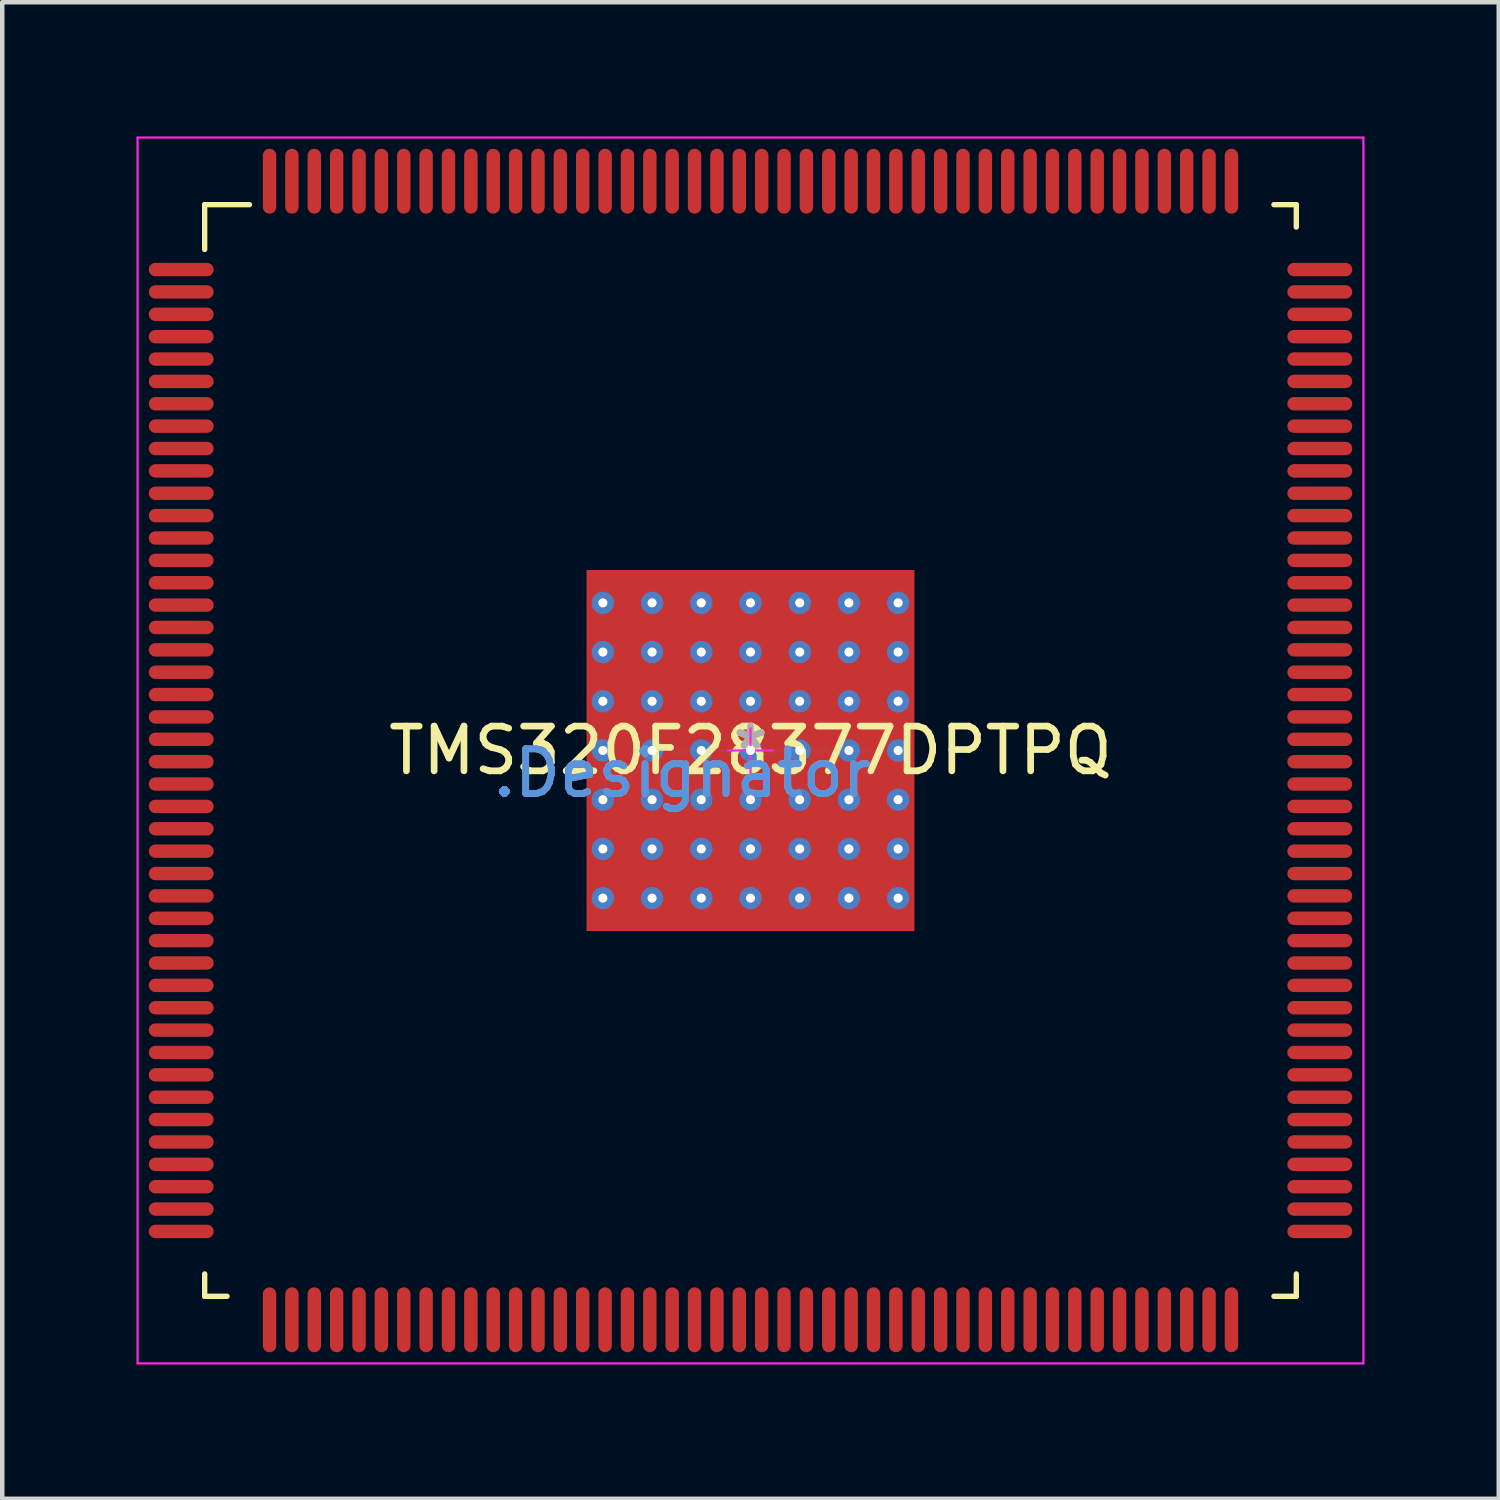
<source format=kicad_pcb>
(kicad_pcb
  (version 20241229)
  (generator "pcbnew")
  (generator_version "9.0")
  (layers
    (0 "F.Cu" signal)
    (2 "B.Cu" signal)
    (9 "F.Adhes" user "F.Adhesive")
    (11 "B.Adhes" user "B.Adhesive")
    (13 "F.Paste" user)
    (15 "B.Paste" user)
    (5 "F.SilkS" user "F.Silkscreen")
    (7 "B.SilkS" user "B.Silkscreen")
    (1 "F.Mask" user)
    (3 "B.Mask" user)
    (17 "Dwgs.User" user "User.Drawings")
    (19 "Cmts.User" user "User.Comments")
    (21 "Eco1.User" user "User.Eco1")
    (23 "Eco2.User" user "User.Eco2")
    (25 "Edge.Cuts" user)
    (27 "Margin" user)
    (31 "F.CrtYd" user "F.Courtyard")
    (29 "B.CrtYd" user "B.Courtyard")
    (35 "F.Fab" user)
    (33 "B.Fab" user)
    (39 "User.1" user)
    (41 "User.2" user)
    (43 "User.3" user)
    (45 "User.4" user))
  (footprint "TMS320F28377DPTPQ"
    (layer "F.Cu")
    (at 13.725 13.725)
    (property "Reference" "TMS320F28377DPTPQ" (at 0 0 0) (layer "F.SilkS") (effects (font (size 1 1) (thickness 0.15))))
    (attr through_hole)
    (fp_line (start -12.2 -12.2) (end -11.2 -12.2) (stroke (width 0.12) (type solid)) (layer "F.SilkS"))
    (fp_line (start -12.2 -11.2) (end -12.2 -12.2) (stroke (width 0.12) (type solid)) (layer "F.SilkS"))
    (fp_line (start -12.2 12.2) (end -12.2 11.7) (stroke (width 0.12) (type solid)) (layer "F.SilkS"))
    (fp_line (start -12.2 12.2) (end -11.7 12.2) (stroke (width 0.12) (type solid)) (layer "F.SilkS"))
    (fp_line (start 11.7 -12.2) (end 12.2 -12.2) (stroke (width 0.12) (type solid)) (layer "F.SilkS"))
    (fp_line (start 11.7 12.2) (end 12.2 12.2) (stroke (width 0.12) (type solid)) (layer "F.SilkS"))
    (fp_line (start 12.2 -11.7) (end 12.2 -12.2) (stroke (width 0.12) (type solid)) (layer "F.SilkS"))
    (fp_line (start 12.2 12.2) (end 12.2 11.7) (stroke (width 0.12) (type solid)) (layer "F.SilkS"))
    (fp_line (start -13.7 -13.7) (end 13.7 -13.7) (stroke (width 0.05) (type solid)) (layer "F.CrtYd"))
    (fp_line (start -13.7 13.7) (end -13.7 -13.7) (stroke (width 0.05) (type solid)) (layer "F.CrtYd"))
    (fp_line (start -13.7 13.7) (end 13.7 13.7) (stroke (width 0.05) (type solid)) (layer "F.CrtYd"))
    (fp_line (start -0.5 0) (end 0.5 0) (stroke (width 0.05) (type solid)) (layer "F.CrtYd"))
    (fp_line (start 0 0.5) (end 0 -0.5) (stroke (width 0.05) (type solid)) (layer "F.CrtYd"))
    (fp_line (start 13.7 13.7) (end 13.7 -13.7) (stroke (width 0.05) (type solid)) (layer "F.CrtYd"))
    (fp_text user "*" (at 0 0 0) (layer "F.SilkS") (effects (font (size 1 1) (thickness 0.15))))
    (fp_text user "Copyright 2021 Accelerated Designs. All rights reserved." (at 0 0 0) (layer "Cmts.User") (effects (font (size 0.127 0.127) (thickness 0.002))))
    (fp_text user ".Designator" (at -1.524 0.508 0) (layer "Cmts.User") (effects (font (size 1 1) (thickness 0.15))))
    (fp_text user ".Designator" (at -1.524 0.508 0) (layer "F.Fab") (effects (font (size 1 1) (thickness 0.15))))
    (fp_text user "*" (at 0 0 0) (layer "F.Fab") (effects (font (size 1 1) (thickness 0.15))))
    (pad "1" smd oval (at -12.725 -10.75 90) (size 0.3 1.45) (layers "F.Cu" "F.Mask" "F.Paste"))
    (pad "2" smd oval (at -12.725 -10.25 90) (size 0.3 1.45) (layers "F.Cu" "F.Mask" "F.Paste"))
    (pad "3" smd oval (at -12.725 -9.75 90) (size 0.3 1.45) (layers "F.Cu" "F.Mask" "F.Paste"))
    (pad "4" smd oval (at -12.725 -9.25 90) (size 0.3 1.45) (layers "F.Cu" "F.Mask" "F.Paste"))
    (pad "5" smd oval (at -12.725 -8.75 90) (size 0.3 1.45) (layers "F.Cu" "F.Mask" "F.Paste"))
    (pad "6" smd oval (at -12.725 -8.25 90) (size 0.3 1.45) (layers "F.Cu" "F.Mask" "F.Paste"))
    (pad "7" smd oval (at -12.725 -7.75 90) (size 0.3 1.45) (layers "F.Cu" "F.Mask" "F.Paste"))
    (pad "8" smd oval (at -12.725 -7.25 90) (size 0.3 1.45) (layers "F.Cu" "F.Mask" "F.Paste"))
    (pad "9" smd oval (at -12.725 -6.75 90) (size 0.3 1.45) (layers "F.Cu" "F.Mask" "F.Paste"))
    (pad "10" smd oval (at -12.725 -6.25 90) (size 0.3 1.45) (layers "F.Cu" "F.Mask" "F.Paste"))
    (pad "11" smd oval (at -12.725 -5.75 90) (size 0.3 1.45) (layers "F.Cu" "F.Mask" "F.Paste"))
    (pad "12" smd oval (at -12.725 -5.25 90) (size 0.3 1.45) (layers "F.Cu" "F.Mask" "F.Paste"))
    (pad "13" smd oval (at -12.725 -4.75 90) (size 0.3 1.45) (layers "F.Cu" "F.Mask" "F.Paste"))
    (pad "14" smd oval (at -12.725 -4.25 90) (size 0.3 1.45) (layers "F.Cu" "F.Mask" "F.Paste"))
    (pad "15" smd oval (at -12.725 -3.75 90) (size 0.3 1.45) (layers "F.Cu" "F.Mask" "F.Paste"))
    (pad "16" smd oval (at -12.725 -3.25 90) (size 0.3 1.45) (layers "F.Cu" "F.Mask" "F.Paste"))
    (pad "17" smd oval (at -12.725 -2.75 90) (size 0.3 1.45) (layers "F.Cu" "F.Mask" "F.Paste"))
    (pad "18" smd oval (at -12.725 -2.25 90) (size 0.3 1.45) (layers "F.Cu" "F.Mask" "F.Paste"))
    (pad "19" smd oval (at -12.725 -1.75 90) (size 0.3 1.45) (layers "F.Cu" "F.Mask" "F.Paste"))
    (pad "20" smd oval (at -12.725 -1.25 90) (size 0.3 1.45) (layers "F.Cu" "F.Mask" "F.Paste"))
    (pad "21" smd oval (at -12.725 -0.75 90) (size 0.3 1.45) (layers "F.Cu" "F.Mask" "F.Paste"))
    (pad "22" smd oval (at -12.725 -0.25 90) (size 0.3 1.45) (layers "F.Cu" "F.Mask" "F.Paste"))
    (pad "23" smd oval (at -12.725 0.25 90) (size 0.3 1.45) (layers "F.Cu" "F.Mask" "F.Paste"))
    (pad "24" smd oval (at -12.725 0.75 90) (size 0.3 1.45) (layers "F.Cu" "F.Mask" "F.Paste"))
    (pad "25" smd oval (at -12.725 1.25 90) (size 0.3 1.45) (layers "F.Cu" "F.Mask" "F.Paste"))
    (pad "26" smd oval (at -12.725 1.75 90) (size 0.3 1.45) (layers "F.Cu" "F.Mask" "F.Paste"))
    (pad "27" smd oval (at -12.725 2.25 90) (size 0.3 1.45) (layers "F.Cu" "F.Mask" "F.Paste"))
    (pad "28" smd oval (at -12.725 2.75 90) (size 0.3 1.45) (layers "F.Cu" "F.Mask" "F.Paste"))
    (pad "29" smd oval (at -12.725 3.25 90) (size 0.3 1.45) (layers "F.Cu" "F.Mask" "F.Paste"))
    (pad "30" smd oval (at -12.725 3.75 90) (size 0.3 1.45) (layers "F.Cu" "F.Mask" "F.Paste"))
    (pad "31" smd oval (at -12.725 4.25 90) (size 0.3 1.45) (layers "F.Cu" "F.Mask" "F.Paste"))
    (pad "32" smd oval (at -12.725 4.75 90) (size 0.3 1.45) (layers "F.Cu" "F.Mask" "F.Paste"))
    (pad "33" smd oval (at -12.725 5.25 90) (size 0.3 1.45) (layers "F.Cu" "F.Mask" "F.Paste"))
    (pad "34" smd oval (at -12.725 5.75 90) (size 0.3 1.45) (layers "F.Cu" "F.Mask" "F.Paste"))
    (pad "35" smd oval (at -12.725 6.25 90) (size 0.3 1.45) (layers "F.Cu" "F.Mask" "F.Paste"))
    (pad "36" smd oval (at -12.725 6.75 90) (size 0.3 1.45) (layers "F.Cu" "F.Mask" "F.Paste"))
    (pad "37" smd oval (at -12.725 7.25 90) (size 0.3 1.45) (layers "F.Cu" "F.Mask" "F.Paste"))
    (pad "38" smd oval (at -12.725 7.75 90) (size 0.3 1.45) (layers "F.Cu" "F.Mask" "F.Paste"))
    (pad "39" smd oval (at -12.725 8.25 90) (size 0.3 1.45) (layers "F.Cu" "F.Mask" "F.Paste"))
    (pad "40" smd oval (at -12.725 8.75 90) (size 0.3 1.45) (layers "F.Cu" "F.Mask" "F.Paste"))
    (pad "41" smd oval (at -12.725 9.25 90) (size 0.3 1.45) (layers "F.Cu" "F.Mask" "F.Paste"))
    (pad "42" smd oval (at -12.725 9.75 90) (size 0.3 1.45) (layers "F.Cu" "F.Mask" "F.Paste"))
    (pad "43" smd oval (at -12.725 10.25 90) (size 0.3 1.45) (layers "F.Cu" "F.Mask" "F.Paste"))
    (pad "44" smd oval (at -12.725 10.75 90) (size 0.3 1.45) (layers "F.Cu" "F.Mask" "F.Paste"))
    (pad "45" smd oval (at -10.75 12.725) (size 0.3 1.45) (layers "F.Cu" "F.Mask" "F.Paste"))
    (pad "46" smd oval (at -10.25 12.725) (size 0.3 1.45) (layers "F.Cu" "F.Mask" "F.Paste"))
    (pad "47" smd oval (at -9.75 12.725) (size 0.3 1.45) (layers "F.Cu" "F.Mask" "F.Paste"))
    (pad "48" smd oval (at -9.25 12.725) (size 0.3 1.45) (layers "F.Cu" "F.Mask" "F.Paste"))
    (pad "49" smd oval (at -8.75 12.725) (size 0.3 1.45) (layers "F.Cu" "F.Mask" "F.Paste"))
    (pad "50" smd oval (at -8.25 12.725) (size 0.3 1.45) (layers "F.Cu" "F.Mask" "F.Paste"))
    (pad "51" smd oval (at -7.75 12.725) (size 0.3 1.45) (layers "F.Cu" "F.Mask" "F.Paste"))
    (pad "52" smd oval (at -7.25 12.725) (size 0.3 1.45) (layers "F.Cu" "F.Mask" "F.Paste"))
    (pad "53" smd oval (at -6.75 12.725) (size 0.3 1.45) (layers "F.Cu" "F.Mask" "F.Paste"))
    (pad "54" smd oval (at -6.25 12.725) (size 0.3 1.45) (layers "F.Cu" "F.Mask" "F.Paste"))
    (pad "55" smd oval (at -5.75 12.725) (size 0.3 1.45) (layers "F.Cu" "F.Mask" "F.Paste"))
    (pad "56" smd oval (at -5.25 12.725) (size 0.3 1.45) (layers "F.Cu" "F.Mask" "F.Paste"))
    (pad "57" smd oval (at -4.75 12.725) (size 0.3 1.45) (layers "F.Cu" "F.Mask" "F.Paste"))
    (pad "58" smd oval (at -4.25 12.725) (size 0.3 1.45) (layers "F.Cu" "F.Mask" "F.Paste"))
    (pad "59" smd oval (at -3.75 12.725) (size 0.3 1.45) (layers "F.Cu" "F.Mask" "F.Paste"))
    (pad "60" smd oval (at -3.25 12.725) (size 0.3 1.45) (layers "F.Cu" "F.Mask" "F.Paste"))
    (pad "61" smd oval (at -2.75 12.725) (size 0.3 1.45) (layers "F.Cu" "F.Mask" "F.Paste"))
    (pad "62" smd oval (at -2.25 12.725) (size 0.3 1.45) (layers "F.Cu" "F.Mask" "F.Paste"))
    (pad "63" smd oval (at -1.75 12.725) (size 0.3 1.45) (layers "F.Cu" "F.Mask" "F.Paste"))
    (pad "64" smd oval (at -1.25 12.725) (size 0.3 1.45) (layers "F.Cu" "F.Mask" "F.Paste"))
    (pad "65" smd oval (at -0.75 12.725) (size 0.3 1.45) (layers "F.Cu" "F.Mask" "F.Paste"))
    (pad "66" smd oval (at -0.25 12.725) (size 0.3 1.45) (layers "F.Cu" "F.Mask" "F.Paste"))
    (pad "67" smd oval (at 0.25 12.725) (size 0.3 1.45) (layers "F.Cu" "F.Mask" "F.Paste"))
    (pad "68" smd oval (at 0.75 12.725) (size 0.3 1.45) (layers "F.Cu" "F.Mask" "F.Paste"))
    (pad "69" smd oval (at 1.25 12.725) (size 0.3 1.45) (layers "F.Cu" "F.Mask" "F.Paste"))
    (pad "70" smd oval (at 1.75 12.725) (size 0.3 1.45) (layers "F.Cu" "F.Mask" "F.Paste"))
    (pad "71" smd oval (at 2.25 12.725) (size 0.3 1.45) (layers "F.Cu" "F.Mask" "F.Paste"))
    (pad "72" smd oval (at 2.75 12.725) (size 0.3 1.45) (layers "F.Cu" "F.Mask" "F.Paste"))
    (pad "73" smd oval (at 3.25 12.725) (size 0.3 1.45) (layers "F.Cu" "F.Mask" "F.Paste"))
    (pad "74" smd oval (at 3.75 12.725) (size 0.3 1.45) (layers "F.Cu" "F.Mask" "F.Paste"))
    (pad "75" smd oval (at 4.25 12.725) (size 0.3 1.45) (layers "F.Cu" "F.Mask" "F.Paste"))
    (pad "76" smd oval (at 4.75 12.725) (size 0.3 1.45) (layers "F.Cu" "F.Mask" "F.Paste"))
    (pad "77" smd oval (at 5.25 12.725) (size 0.3 1.45) (layers "F.Cu" "F.Mask" "F.Paste"))
    (pad "78" smd oval (at 5.75 12.725) (size 0.3 1.45) (layers "F.Cu" "F.Mask" "F.Paste"))
    (pad "79" smd oval (at 6.25 12.725) (size 0.3 1.45) (layers "F.Cu" "F.Mask" "F.Paste"))
    (pad "80" smd oval (at 6.75 12.725) (size 0.3 1.45) (layers "F.Cu" "F.Mask" "F.Paste"))
    (pad "81" smd oval (at 7.25 12.725) (size 0.3 1.45) (layers "F.Cu" "F.Mask" "F.Paste"))
    (pad "82" smd oval (at 7.75 12.725) (size 0.3 1.45) (layers "F.Cu" "F.Mask" "F.Paste"))
    (pad "83" smd oval (at 8.25 12.725) (size 0.3 1.45) (layers "F.Cu" "F.Mask" "F.Paste"))
    (pad "84" smd oval (at 8.75 12.725) (size 0.3 1.45) (layers "F.Cu" "F.Mask" "F.Paste"))
    (pad "85" smd oval (at 9.25 12.725) (size 0.3 1.45) (layers "F.Cu" "F.Mask" "F.Paste"))
    (pad "86" smd oval (at 9.75 12.725) (size 0.3 1.45) (layers "F.Cu" "F.Mask" "F.Paste"))
    (pad "87" smd oval (at 10.25 12.725) (size 0.3 1.45) (layers "F.Cu" "F.Mask" "F.Paste"))
    (pad "88" smd oval (at 10.75 12.725) (size 0.3 1.45) (layers "F.Cu" "F.Mask" "F.Paste"))
    (pad "89" smd oval (at 12.725 10.75 90) (size 0.3 1.45) (layers "F.Cu" "F.Mask" "F.Paste"))
    (pad "90" smd oval (at 12.725 10.25 90) (size 0.3 1.45) (layers "F.Cu" "F.Mask" "F.Paste"))
    (pad "91" smd oval (at 12.725 9.75 90) (size 0.3 1.45) (layers "F.Cu" "F.Mask" "F.Paste"))
    (pad "92" smd oval (at 12.725 9.25 90) (size 0.3 1.45) (layers "F.Cu" "F.Mask" "F.Paste"))
    (pad "93" smd oval (at 12.725 8.75 90) (size 0.3 1.45) (layers "F.Cu" "F.Mask" "F.Paste"))
    (pad "94" smd oval (at 12.725 8.25 90) (size 0.3 1.45) (layers "F.Cu" "F.Mask" "F.Paste"))
    (pad "95" smd oval (at 12.725 7.75 90) (size 0.3 1.45) (layers "F.Cu" "F.Mask" "F.Paste"))
    (pad "96" smd oval (at 12.725 7.25 90) (size 0.3 1.45) (layers "F.Cu" "F.Mask" "F.Paste"))
    (pad "97" smd oval (at 12.725 6.75 90) (size 0.3 1.45) (layers "F.Cu" "F.Mask" "F.Paste"))
    (pad "98" smd oval (at 12.725 6.25 90) (size 0.3 1.45) (layers "F.Cu" "F.Mask" "F.Paste"))
    (pad "99" smd oval (at 12.725 5.75 90) (size 0.3 1.45) (layers "F.Cu" "F.Mask" "F.Paste"))
    (pad "100" smd oval (at 12.725 5.25 90) (size 0.3 1.45) (layers "F.Cu" "F.Mask" "F.Paste"))
    (pad "101" smd oval (at 12.725 4.75 90) (size 0.3 1.45) (layers "F.Cu" "F.Mask" "F.Paste"))
    (pad "102" smd oval (at 12.725 4.25 90) (size 0.3 1.45) (layers "F.Cu" "F.Mask" "F.Paste"))
    (pad "103" smd oval (at 12.725 3.75 90) (size 0.3 1.45) (layers "F.Cu" "F.Mask" "F.Paste"))
    (pad "104" smd oval (at 12.725 3.25 90) (size 0.3 1.45) (layers "F.Cu" "F.Mask" "F.Paste"))
    (pad "105" smd oval (at 12.725 2.75 90) (size 0.3 1.45) (layers "F.Cu" "F.Mask" "F.Paste"))
    (pad "106" smd oval (at 12.725 2.25 90) (size 0.3 1.45) (layers "F.Cu" "F.Mask" "F.Paste"))
    (pad "107" smd oval (at 12.725 1.75 90) (size 0.3 1.45) (layers "F.Cu" "F.Mask" "F.Paste"))
    (pad "108" smd oval (at 12.725 1.25 90) (size 0.3 1.45) (layers "F.Cu" "F.Mask" "F.Paste"))
    (pad "109" smd oval (at 12.725 0.75 90) (size 0.3 1.45) (layers "F.Cu" "F.Mask" "F.Paste"))
    (pad "110" smd oval (at 12.725 0.25 90) (size 0.3 1.45) (layers "F.Cu" "F.Mask" "F.Paste"))
    (pad "111" smd oval (at 12.725 -0.25 90) (size 0.3 1.45) (layers "F.Cu" "F.Mask" "F.Paste"))
    (pad "112" smd oval (at 12.725 -0.75 90) (size 0.3 1.45) (layers "F.Cu" "F.Mask" "F.Paste"))
    (pad "113" smd oval (at 12.725 -1.25 90) (size 0.3 1.45) (layers "F.Cu" "F.Mask" "F.Paste"))
    (pad "114" smd oval (at 12.725 -1.75 90) (size 0.3 1.45) (layers "F.Cu" "F.Mask" "F.Paste"))
    (pad "115" smd oval (at 12.725 -2.25 90) (size 0.3 1.45) (layers "F.Cu" "F.Mask" "F.Paste"))
    (pad "116" smd oval (at 12.725 -2.75 90) (size 0.3 1.45) (layers "F.Cu" "F.Mask" "F.Paste"))
    (pad "117" smd oval (at 12.725 -3.25 90) (size 0.3 1.45) (layers "F.Cu" "F.Mask" "F.Paste"))
    (pad "118" smd oval (at 12.725 -3.75 90) (size 0.3 1.45) (layers "F.Cu" "F.Mask" "F.Paste"))
    (pad "119" smd oval (at 12.725 -4.25 90) (size 0.3 1.45) (layers "F.Cu" "F.Mask" "F.Paste"))
    (pad "120" smd oval (at 12.725 -4.75 90) (size 0.3 1.45) (layers "F.Cu" "F.Mask" "F.Paste"))
    (pad "121" smd oval (at 12.725 -5.25 90) (size 0.3 1.45) (layers "F.Cu" "F.Mask" "F.Paste"))
    (pad "122" smd oval (at 12.725 -5.75 90) (size 0.3 1.45) (layers "F.Cu" "F.Mask" "F.Paste"))
    (pad "123" smd oval (at 12.725 -6.25 90) (size 0.3 1.45) (layers "F.Cu" "F.Mask" "F.Paste"))
    (pad "124" smd oval (at 12.725 -6.75 90) (size 0.3 1.45) (layers "F.Cu" "F.Mask" "F.Paste"))
    (pad "125" smd oval (at 12.725 -7.25 90) (size 0.3 1.45) (layers "F.Cu" "F.Mask" "F.Paste"))
    (pad "126" smd oval (at 12.725 -7.75 90) (size 0.3 1.45) (layers "F.Cu" "F.Mask" "F.Paste"))
    (pad "127" smd oval (at 12.725 -8.25 90) (size 0.3 1.45) (layers "F.Cu" "F.Mask" "F.Paste"))
    (pad "128" smd oval (at 12.725 -8.75 90) (size 0.3 1.45) (layers "F.Cu" "F.Mask" "F.Paste"))
    (pad "129" smd oval (at 12.725 -9.25 90) (size 0.3 1.45) (layers "F.Cu" "F.Mask" "F.Paste"))
    (pad "130" smd oval (at 12.725 -9.75 90) (size 0.3 1.45) (layers "F.Cu" "F.Mask" "F.Paste"))
    (pad "131" smd oval (at 12.725 -10.25 90) (size 0.3 1.45) (layers "F.Cu" "F.Mask" "F.Paste"))
    (pad "132" smd oval (at 12.725 -10.75 90) (size 0.3 1.45) (layers "F.Cu" "F.Mask" "F.Paste"))
    (pad "133" smd oval (at 10.75 -12.725) (size 0.3 1.45) (layers "F.Cu" "F.Mask" "F.Paste"))
    (pad "134" smd oval (at 10.25 -12.725) (size 0.3 1.45) (layers "F.Cu" "F.Mask" "F.Paste"))
    (pad "135" smd oval (at 9.75 -12.725) (size 0.3 1.45) (layers "F.Cu" "F.Mask" "F.Paste"))
    (pad "136" smd oval (at 9.25 -12.725) (size 0.3 1.45) (layers "F.Cu" "F.Mask" "F.Paste"))
    (pad "137" smd oval (at 8.75 -12.725) (size 0.3 1.45) (layers "F.Cu" "F.Mask" "F.Paste"))
    (pad "138" smd oval (at 8.25 -12.725) (size 0.3 1.45) (layers "F.Cu" "F.Mask" "F.Paste"))
    (pad "139" smd oval (at 7.75 -12.725) (size 0.3 1.45) (layers "F.Cu" "F.Mask" "F.Paste"))
    (pad "140" smd oval (at 7.25 -12.725) (size 0.3 1.45) (layers "F.Cu" "F.Mask" "F.Paste"))
    (pad "141" smd oval (at 6.75 -12.725) (size 0.3 1.45) (layers "F.Cu" "F.Mask" "F.Paste"))
    (pad "142" smd oval (at 6.25 -12.725) (size 0.3 1.45) (layers "F.Cu" "F.Mask" "F.Paste"))
    (pad "143" smd oval (at 5.75 -12.725) (size 0.3 1.45) (layers "F.Cu" "F.Mask" "F.Paste"))
    (pad "144" smd oval (at 5.25 -12.725) (size 0.3 1.45) (layers "F.Cu" "F.Mask" "F.Paste"))
    (pad "145" smd oval (at 4.75 -12.725) (size 0.3 1.45) (layers "F.Cu" "F.Mask" "F.Paste"))
    (pad "146" smd oval (at 4.25 -12.725) (size 0.3 1.45) (layers "F.Cu" "F.Mask" "F.Paste"))
    (pad "147" smd oval (at 3.75 -12.725) (size 0.3 1.45) (layers "F.Cu" "F.Mask" "F.Paste"))
    (pad "148" smd oval (at 3.25 -12.725) (size 0.3 1.45) (layers "F.Cu" "F.Mask" "F.Paste"))
    (pad "149" smd oval (at 2.75 -12.725) (size 0.3 1.45) (layers "F.Cu" "F.Mask" "F.Paste"))
    (pad "150" smd oval (at 2.25 -12.725) (size 0.3 1.45) (layers "F.Cu" "F.Mask" "F.Paste"))
    (pad "151" smd oval (at 1.75 -12.725) (size 0.3 1.45) (layers "F.Cu" "F.Mask" "F.Paste"))
    (pad "152" smd oval (at 1.25 -12.725) (size 0.3 1.45) (layers "F.Cu" "F.Mask" "F.Paste"))
    (pad "153" smd oval (at 0.75 -12.725) (size 0.3 1.45) (layers "F.Cu" "F.Mask" "F.Paste"))
    (pad "154" smd oval (at 0.25 -12.725) (size 0.3 1.45) (layers "F.Cu" "F.Mask" "F.Paste"))
    (pad "155" smd oval (at -0.25 -12.725) (size 0.3 1.45) (layers "F.Cu" "F.Mask" "F.Paste"))
    (pad "156" smd oval (at -0.75 -12.725) (size 0.3 1.45) (layers "F.Cu" "F.Mask" "F.Paste"))
    (pad "157" smd oval (at -1.25 -12.725) (size 0.3 1.45) (layers "F.Cu" "F.Mask" "F.Paste"))
    (pad "158" smd oval (at -1.75 -12.725) (size 0.3 1.45) (layers "F.Cu" "F.Mask" "F.Paste"))
    (pad "159" smd oval (at -2.25 -12.725) (size 0.3 1.45) (layers "F.Cu" "F.Mask" "F.Paste"))
    (pad "160" smd oval (at -2.75 -12.725) (size 0.3 1.45) (layers "F.Cu" "F.Mask" "F.Paste"))
    (pad "161" smd oval (at -3.25 -12.725) (size 0.3 1.45) (layers "F.Cu" "F.Mask" "F.Paste"))
    (pad "162" smd oval (at -3.75 -12.725) (size 0.3 1.45) (layers "F.Cu" "F.Mask" "F.Paste"))
    (pad "163" smd oval (at -4.25 -12.725) (size 0.3 1.45) (layers "F.Cu" "F.Mask" "F.Paste"))
    (pad "164" smd oval (at -4.75 -12.725) (size 0.3 1.45) (layers "F.Cu" "F.Mask" "F.Paste"))
    (pad "165" smd oval (at -5.25 -12.725) (size 0.3 1.45) (layers "F.Cu" "F.Mask" "F.Paste"))
    (pad "166" smd oval (at -5.75 -12.725) (size 0.3 1.45) (layers "F.Cu" "F.Mask" "F.Paste"))
    (pad "167" smd oval (at -6.25 -12.725) (size 0.3 1.45) (layers "F.Cu" "F.Mask" "F.Paste"))
    (pad "168" smd oval (at -6.75 -12.725) (size 0.3 1.45) (layers "F.Cu" "F.Mask" "F.Paste"))
    (pad "169" smd oval (at -7.25 -12.725) (size 0.3 1.45) (layers "F.Cu" "F.Mask" "F.Paste"))
    (pad "170" smd oval (at -7.75 -12.725) (size 0.3 1.45) (layers "F.Cu" "F.Mask" "F.Paste"))
    (pad "171" smd oval (at -8.25 -12.725) (size 0.3 1.45) (layers "F.Cu" "F.Mask" "F.Paste"))
    (pad "172" smd oval (at -8.75 -12.725) (size 0.3 1.45) (layers "F.Cu" "F.Mask" "F.Paste"))
    (pad "173" smd oval (at -9.25 -12.725) (size 0.3 1.45) (layers "F.Cu" "F.Mask" "F.Paste"))
    (pad "174" smd oval (at -9.75 -12.725) (size 0.3 1.45) (layers "F.Cu" "F.Mask" "F.Paste"))
    (pad "175" smd oval (at -10.25 -12.725) (size 0.3 1.45) (layers "F.Cu" "F.Mask" "F.Paste"))
    (pad "176" smd oval (at -10.75 -12.725) (size 0.3 1.45) (layers "F.Cu" "F.Mask" "F.Paste"))
    (pad "177" smd rect (at 0 0) (size 7.33 8.07) (layers "F.Cu" "F.Mask" "F.Paste"))
    (pad "V" thru_hole circle (at -3.3 -3.3) (size 0.5 0.5) (drill 0.203) (layers "*.Cu" "*.Mask"))
    (pad "V" thru_hole circle (at -3.3 -2.2) (size 0.5 0.5) (drill 0.203) (layers "*.Cu" "*.Mask"))
    (pad "V" thru_hole circle (at -3.3 -1.1) (size 0.5 0.5) (drill 0.203) (layers "*.Cu" "*.Mask"))
    (pad "V" thru_hole circle (at -3.3 0) (size 0.5 0.5) (drill 0.203) (layers "*.Cu" "*.Mask"))
    (pad "V" thru_hole circle (at -3.3 1.1) (size 0.5 0.5) (drill 0.203) (layers "*.Cu" "*.Mask"))
    (pad "V" thru_hole circle (at -3.3 2.2) (size 0.5 0.5) (drill 0.203) (layers "*.Cu" "*.Mask"))
    (pad "V" thru_hole circle (at -3.3 3.3) (size 0.5 0.5) (drill 0.203) (layers "*.Cu" "*.Mask"))
    (pad "V" thru_hole circle (at -2.2 -3.3) (size 0.5 0.5) (drill 0.203) (layers "*.Cu" "*.Mask"))
    (pad "V" thru_hole circle (at -2.2 -2.2) (size 0.5 0.5) (drill 0.203) (layers "*.Cu" "*.Mask"))
    (pad "V" thru_hole circle (at -2.2 -1.1) (size 0.5 0.5) (drill 0.203) (layers "*.Cu" "*.Mask"))
    (pad "V" thru_hole circle (at -2.2 0) (size 0.5 0.5) (drill 0.203) (layers "*.Cu" "*.Mask"))
    (pad "V" thru_hole circle (at -2.2 1.1) (size 0.5 0.5) (drill 0.203) (layers "*.Cu" "*.Mask"))
    (pad "V" thru_hole circle (at -2.2 2.2) (size 0.5 0.5) (drill 0.203) (layers "*.Cu" "*.Mask"))
    (pad "V" thru_hole circle (at -2.2 3.3) (size 0.5 0.5) (drill 0.203) (layers "*.Cu" "*.Mask"))
    (pad "V" thru_hole circle (at -1.1 -3.3) (size 0.5 0.5) (drill 0.203) (layers "*.Cu" "*.Mask"))
    (pad "V" thru_hole circle (at -1.1 -2.2) (size 0.5 0.5) (drill 0.203) (layers "*.Cu" "*.Mask"))
    (pad "V" thru_hole circle (at -1.1 -1.1) (size 0.5 0.5) (drill 0.203) (layers "*.Cu" "*.Mask"))
    (pad "V" thru_hole circle (at -1.1 0) (size 0.5 0.5) (drill 0.203) (layers "*.Cu" "*.Mask"))
    (pad "V" thru_hole circle (at -1.1 1.1) (size 0.5 0.5) (drill 0.203) (layers "*.Cu" "*.Mask"))
    (pad "V" thru_hole circle (at -1.1 2.2) (size 0.5 0.5) (drill 0.203) (layers "*.Cu" "*.Mask"))
    (pad "V" thru_hole circle (at -1.1 3.3) (size 0.5 0.5) (drill 0.203) (layers "*.Cu" "*.Mask"))
    (pad "V" thru_hole circle (at 0 -3.3) (size 0.5 0.5) (drill 0.203) (layers "*.Cu" "*.Mask"))
    (pad "V" thru_hole circle (at 0 -2.2) (size 0.5 0.5) (drill 0.203) (layers "*.Cu" "*.Mask"))
    (pad "V" thru_hole circle (at 0 -1.1) (size 0.5 0.5) (drill 0.203) (layers "*.Cu" "*.Mask"))
    (pad "V" thru_hole circle (at 0 0) (size 0.5 0.5) (drill 0.203) (layers "*.Cu" "*.Mask"))
    (pad "V" thru_hole circle (at 0 1.1) (size 0.5 0.5) (drill 0.203) (layers "*.Cu" "*.Mask"))
    (pad "V" thru_hole circle (at 0 2.2) (size 0.5 0.5) (drill 0.203) (layers "*.Cu" "*.Mask"))
    (pad "V" thru_hole circle (at 0 3.3) (size 0.5 0.5) (drill 0.203) (layers "*.Cu" "*.Mask"))
    (pad "V" thru_hole circle (at 1.1 -3.3) (size 0.5 0.5) (drill 0.203) (layers "*.Cu" "*.Mask"))
    (pad "V" thru_hole circle (at 1.1 -2.2) (size 0.5 0.5) (drill 0.203) (layers "*.Cu" "*.Mask"))
    (pad "V" thru_hole circle (at 1.1 -1.1) (size 0.5 0.5) (drill 0.203) (layers "*.Cu" "*.Mask"))
    (pad "V" thru_hole circle (at 1.1 0) (size 0.5 0.5) (drill 0.203) (layers "*.Cu" "*.Mask"))
    (pad "V" thru_hole circle (at 1.1 1.1) (size 0.5 0.5) (drill 0.203) (layers "*.Cu" "*.Mask"))
    (pad "V" thru_hole circle (at 1.1 2.2) (size 0.5 0.5) (drill 0.203) (layers "*.Cu" "*.Mask"))
    (pad "V" thru_hole circle (at 1.1 3.3) (size 0.5 0.5) (drill 0.203) (layers "*.Cu" "*.Mask"))
    (pad "V" thru_hole circle (at 2.2 -3.3) (size 0.5 0.5) (drill 0.203) (layers "*.Cu" "*.Mask"))
    (pad "V" thru_hole circle (at 2.2 -2.2) (size 0.5 0.5) (drill 0.203) (layers "*.Cu" "*.Mask"))
    (pad "V" thru_hole circle (at 2.2 -1.1) (size 0.5 0.5) (drill 0.203) (layers "*.Cu" "*.Mask"))
    (pad "V" thru_hole circle (at 2.2 0) (size 0.5 0.5) (drill 0.203) (layers "*.Cu" "*.Mask"))
    (pad "V" thru_hole circle (at 2.2 1.1) (size 0.5 0.5) (drill 0.203) (layers "*.Cu" "*.Mask"))
    (pad "V" thru_hole circle (at 2.2 2.2) (size 0.5 0.5) (drill 0.203) (layers "*.Cu" "*.Mask"))
    (pad "V" thru_hole circle (at 2.2 3.3) (size 0.5 0.5) (drill 0.203) (layers "*.Cu" "*.Mask"))
    (pad "V" thru_hole circle (at 3.3 -3.3) (size 0.5 0.5) (drill 0.203) (layers "*.Cu" "*.Mask"))
    (pad "V" thru_hole circle (at 3.3 -2.2) (size 0.5 0.5) (drill 0.203) (layers "*.Cu" "*.Mask"))
    (pad "V" thru_hole circle (at 3.3 -1.1) (size 0.5 0.5) (drill 0.203) (layers "*.Cu" "*.Mask"))
    (pad "V" thru_hole circle (at 3.3 0) (size 0.5 0.5) (drill 0.203) (layers "*.Cu" "*.Mask"))
    (pad "V" thru_hole circle (at 3.3 1.1) (size 0.5 0.5) (drill 0.203) (layers "*.Cu" "*.Mask"))
    (pad "V" thru_hole circle (at 3.3 2.2) (size 0.5 0.5) (drill 0.203) (layers "*.Cu" "*.Mask"))
    (pad "V" thru_hole circle (at 3.3 3.3) (size 0.5 0.5) (drill 0.203) (layers "*.Cu" "*.Mask")))
  (gr_rect
    (start -3 -3)
    (end 30.45 30.45)
    (stroke (width 0.1) (type default))
    (fill no)
    (layer "Edge.Cuts")))
</source>
